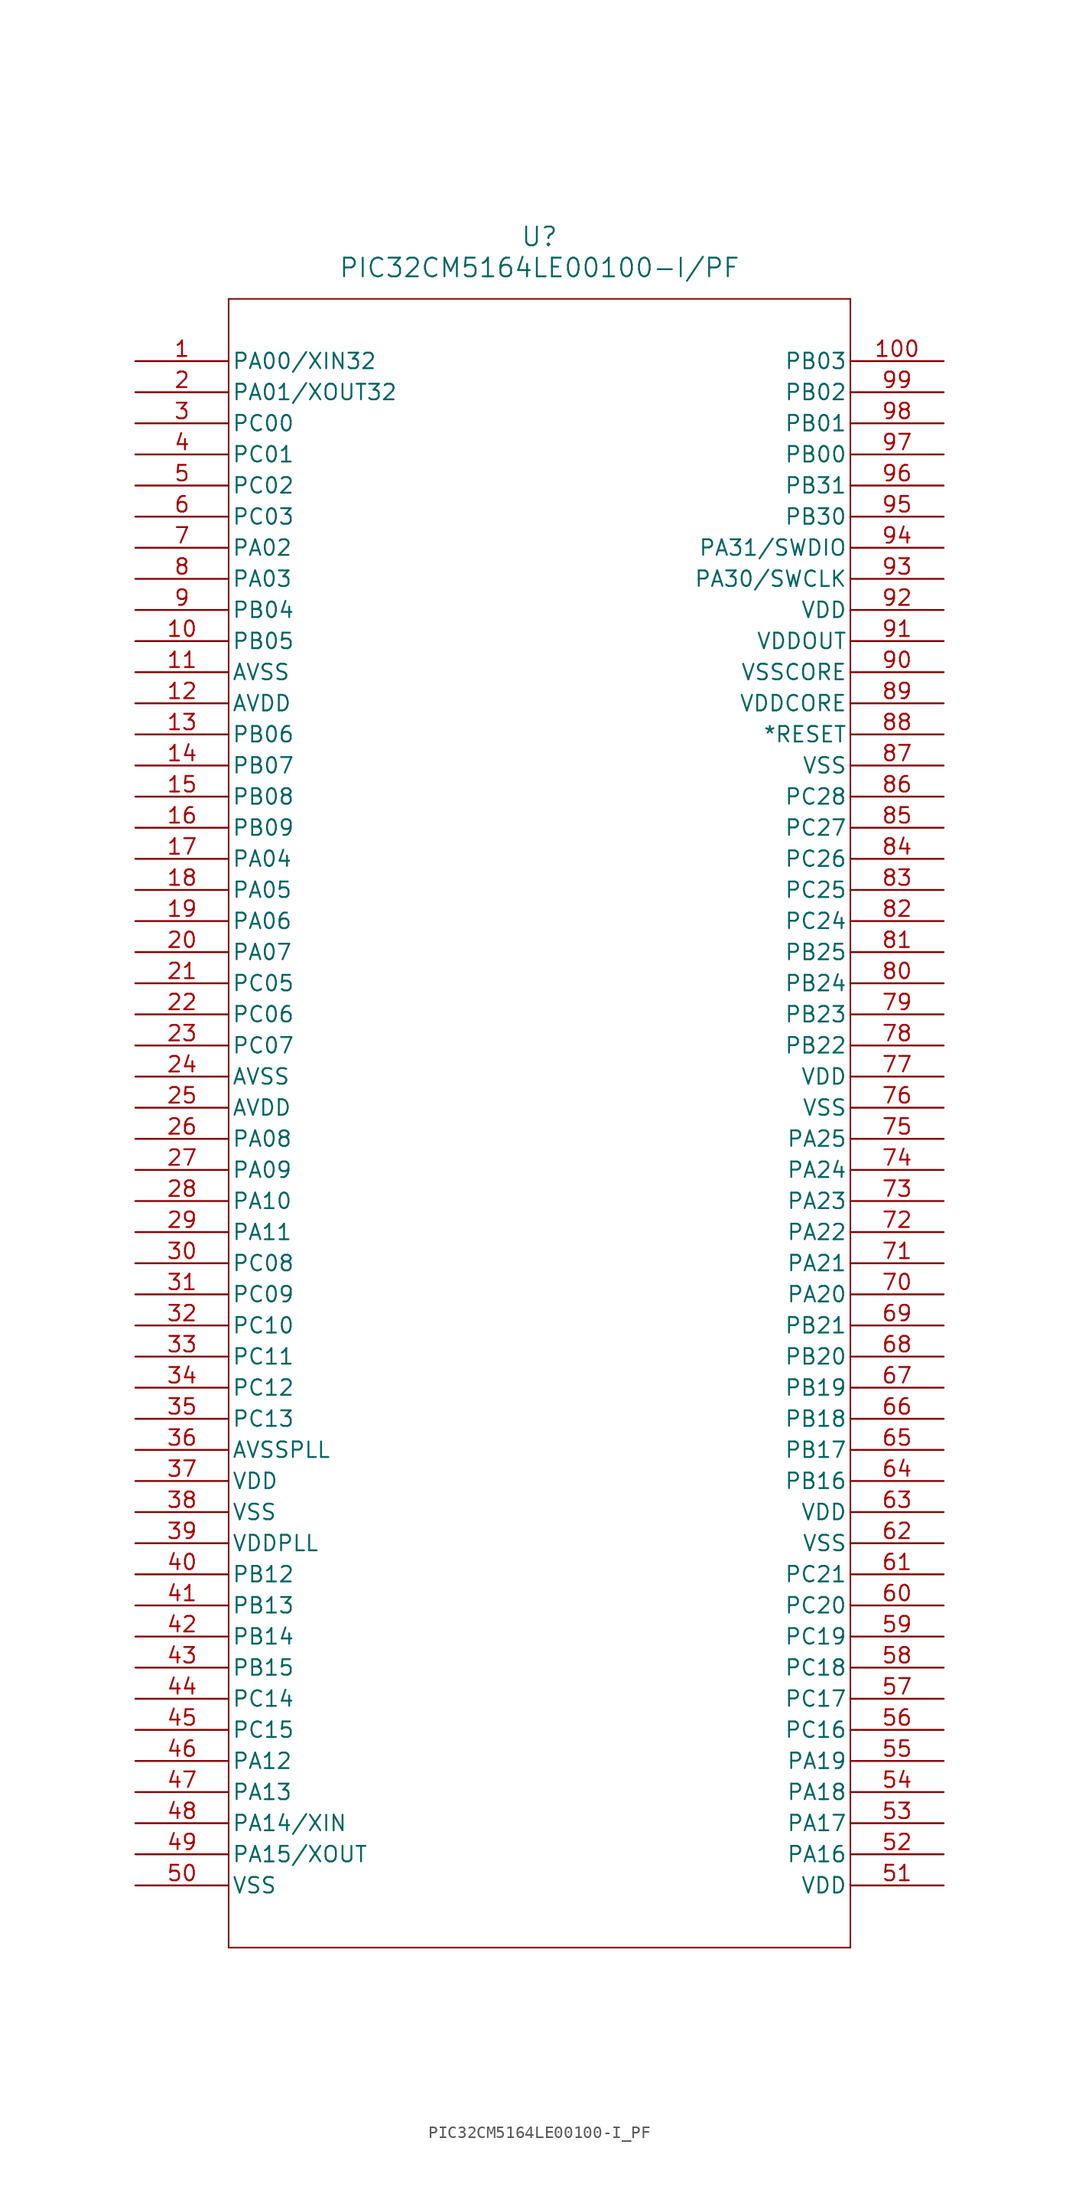
<source format=kicad_sym>
(kicad_symbol_lib
  (version 20211014)
  (generator kicad_symbol_editor)
  (symbol "PIC32CM5164LE00100-I_PF"
    (pin_names
      (offset 0.254))
    (property "Reference" "U"
      (at 33.02 10.16 0)
      (effects (font (size 1.524 1.524))))
    (property "Value" "PIC32CM5164LE00100-I/PF"
      (at 33.02 7.62 0)
      (effects (font (size 1.524 1.524))))
    (symbol "PIC32CM5164LE00100-I_PF_0_1"
      (polyline (pts (xy 7.62 5.08) (xy 7.62 -129.54)) (stroke (width 0.127) (type default) (color 0 0 0 0)) (fill (type none)))
      (polyline (pts (xy 7.62 -129.54) (xy 58.42 -129.54)) (stroke (width 0.127) (type default) (color 0 0 0 0)) (fill (type none)))
      (polyline (pts (xy 58.42 -129.54) (xy 58.42 5.08)) (stroke (width 0.127) (type default) (color 0 0 0 0)) (fill (type none)))
      (polyline (pts (xy 58.42 5.08) (xy 7.62 5.08)) (stroke (width 0.127) (type default) (color 0 0 0 0)) (fill (type none)))
      (pin bidirectional line (at 0 0 0) (length 7.62) (name "PA00/XIN32" (effects (font (size 1.27 1.27)))) (number "1" (effects (font (size 1.27 1.27)))))
      (pin bidirectional line (at 0 -2.54 0) (length 7.62) (name "PA01/XOUT32" (effects (font (size 1.27 1.27)))) (number "2" (effects (font (size 1.27 1.27)))))
      (pin bidirectional line (at 0 -5.08 0) (length 7.62) (name "PC00" (effects (font (size 1.27 1.27)))) (number "3" (effects (font (size 1.27 1.27)))))
      (pin bidirectional line (at 0 -7.62 0) (length 7.62) (name "PC01" (effects (font (size 1.27 1.27)))) (number "4" (effects (font (size 1.27 1.27)))))
      (pin bidirectional line (at 0 -10.16 0) (length 7.62) (name "PC02" (effects (font (size 1.27 1.27)))) (number "5" (effects (font (size 1.27 1.27)))))
      (pin bidirectional line (at 0 -12.7 0) (length 7.62) (name "PC03" (effects (font (size 1.27 1.27)))) (number "6" (effects (font (size 1.27 1.27)))))
      (pin bidirectional line (at 0 -15.24 0) (length 7.62) (name "PA02" (effects (font (size 1.27 1.27)))) (number "7" (effects (font (size 1.27 1.27)))))
      (pin bidirectional line (at 0 -17.78 0) (length 7.62) (name "PA03" (effects (font (size 1.27 1.27)))) (number "8" (effects (font (size 1.27 1.27)))))
      (pin bidirectional line (at 0 -20.32 0) (length 7.62) (name "PB04" (effects (font (size 1.27 1.27)))) (number "9" (effects (font (size 1.27 1.27)))))
      (pin bidirectional line (at 0 -22.86 0) (length 7.62) (name "PB05" (effects (font (size 1.27 1.27)))) (number "10" (effects (font (size 1.27 1.27)))))
      (pin power_out line (at 0 -25.4 0) (length 7.62) (name "AVSS" (effects (font (size 1.27 1.27)))) (number "11" (effects (font (size 1.27 1.27)))))
      (pin power_in line (at 0 -27.94 0) (length 7.62) (name "AVDD" (effects (font (size 1.27 1.27)))) (number "12" (effects (font (size 1.27 1.27)))))
      (pin bidirectional line (at 0 -30.48 0) (length 7.62) (name "PB06" (effects (font (size 1.27 1.27)))) (number "13" (effects (font (size 1.27 1.27)))))
      (pin bidirectional line (at 0 -33.02 0) (length 7.62) (name "PB07" (effects (font (size 1.27 1.27)))) (number "14" (effects (font (size 1.27 1.27)))))
      (pin bidirectional line (at 0 -35.56 0) (length 7.62) (name "PB08" (effects (font (size 1.27 1.27)))) (number "15" (effects (font (size 1.27 1.27)))))
      (pin bidirectional line (at 0 -38.1 0) (length 7.62) (name "PB09" (effects (font (size 1.27 1.27)))) (number "16" (effects (font (size 1.27 1.27)))))
      (pin bidirectional line (at 0 -40.64 0) (length 7.62) (name "PA04" (effects (font (size 1.27 1.27)))) (number "17" (effects (font (size 1.27 1.27)))))
      (pin bidirectional line (at 0 -43.18 0) (length 7.62) (name "PA05" (effects (font (size 1.27 1.27)))) (number "18" (effects (font (size 1.27 1.27)))))
      (pin bidirectional line (at 0 -45.72 0) (length 7.62) (name "PA06" (effects (font (size 1.27 1.27)))) (number "19" (effects (font (size 1.27 1.27)))))
      (pin bidirectional line (at 0 -48.26 0) (length 7.62) (name "PA07" (effects (font (size 1.27 1.27)))) (number "20" (effects (font (size 1.27 1.27)))))
      (pin bidirectional line (at 0 -50.8 0) (length 7.62) (name "PC05" (effects (font (size 1.27 1.27)))) (number "21" (effects (font (size 1.27 1.27)))))
      (pin bidirectional line (at 0 -53.34 0) (length 7.62) (name "PC06" (effects (font (size 1.27 1.27)))) (number "22" (effects (font (size 1.27 1.27)))))
      (pin bidirectional line (at 0 -55.88 0) (length 7.62) (name "PC07" (effects (font (size 1.27 1.27)))) (number "23" (effects (font (size 1.27 1.27)))))
      (pin power_out line (at 0 -58.42 0) (length 7.62) (name "AVSS" (effects (font (size 1.27 1.27)))) (number "24" (effects (font (size 1.27 1.27)))))
      (pin power_in line (at 0 -60.96 0) (length 7.62) (name "AVDD" (effects (font (size 1.27 1.27)))) (number "25" (effects (font (size 1.27 1.27)))))
      (pin bidirectional line (at 0 -63.5 0) (length 7.62) (name "PA08" (effects (font (size 1.27 1.27)))) (number "26" (effects (font (size 1.27 1.27)))))
      (pin bidirectional line (at 0 -66.04 0) (length 7.62) (name "PA09" (effects (font (size 1.27 1.27)))) (number "27" (effects (font (size 1.27 1.27)))))
      (pin bidirectional line (at 0 -68.58 0) (length 7.62) (name "PA10" (effects (font (size 1.27 1.27)))) (number "28" (effects (font (size 1.27 1.27)))))
      (pin bidirectional line (at 0 -71.12 0) (length 7.62) (name "PA11" (effects (font (size 1.27 1.27)))) (number "29" (effects (font (size 1.27 1.27)))))
      (pin bidirectional line (at 0 -73.66 0) (length 7.62) (name "PC08" (effects (font (size 1.27 1.27)))) (number "30" (effects (font (size 1.27 1.27)))))
      (pin bidirectional line (at 0 -76.2 0) (length 7.62) (name "PC09" (effects (font (size 1.27 1.27)))) (number "31" (effects (font (size 1.27 1.27)))))
      (pin bidirectional line (at 0 -78.74 0) (length 7.62) (name "PC10" (effects (font (size 1.27 1.27)))) (number "32" (effects (font (size 1.27 1.27)))))
      (pin bidirectional line (at 0 -81.28 0) (length 7.62) (name "PC11" (effects (font (size 1.27 1.27)))) (number "33" (effects (font (size 1.27 1.27)))))
      (pin bidirectional line (at 0 -83.82 0) (length 7.62) (name "PC12" (effects (font (size 1.27 1.27)))) (number "34" (effects (font (size 1.27 1.27)))))
      (pin bidirectional line (at 0 -86.36 0) (length 7.62) (name "PC13" (effects (font (size 1.27 1.27)))) (number "35" (effects (font (size 1.27 1.27)))))
      (pin power_out line (at 0 -88.9 0) (length 7.62) (name "AVSSPLL" (effects (font (size 1.27 1.27)))) (number "36" (effects (font (size 1.27 1.27)))))
      (pin power_in line (at 0 -91.44 0) (length 7.62) (name "VDD" (effects (font (size 1.27 1.27)))) (number "37" (effects (font (size 1.27 1.27)))))
      (pin power_out line (at 0 -93.98 0) (length 7.62) (name "VSS" (effects (font (size 1.27 1.27)))) (number "38" (effects (font (size 1.27 1.27)))))
      (pin power_in line (at 0 -96.52 0) (length 7.62) (name "VDDPLL" (effects (font (size 1.27 1.27)))) (number "39" (effects (font (size 1.27 1.27)))))
      (pin bidirectional line (at 0 -99.06 0) (length 7.62) (name "PB12" (effects (font (size 1.27 1.27)))) (number "40" (effects (font (size 1.27 1.27)))))
      (pin bidirectional line (at 0 -101.6 0) (length 7.62) (name "PB13" (effects (font (size 1.27 1.27)))) (number "41" (effects (font (size 1.27 1.27)))))
      (pin bidirectional line (at 0 -104.14 0) (length 7.62) (name "PB14" (effects (font (size 1.27 1.27)))) (number "42" (effects (font (size 1.27 1.27)))))
      (pin bidirectional line (at 0 -106.68 0) (length 7.62) (name "PB15" (effects (font (size 1.27 1.27)))) (number "43" (effects (font (size 1.27 1.27)))))
      (pin bidirectional line (at 0 -109.22 0) (length 7.62) (name "PC14" (effects (font (size 1.27 1.27)))) (number "44" (effects (font (size 1.27 1.27)))))
      (pin bidirectional line (at 0 -111.76 0) (length 7.62) (name "PC15" (effects (font (size 1.27 1.27)))) (number "45" (effects (font (size 1.27 1.27)))))
      (pin bidirectional line (at 0 -114.3 0) (length 7.62) (name "PA12" (effects (font (size 1.27 1.27)))) (number "46" (effects (font (size 1.27 1.27)))))
      (pin bidirectional line (at 0 -116.84 0) (length 7.62) (name "PA13" (effects (font (size 1.27 1.27)))) (number "47" (effects (font (size 1.27 1.27)))))
      (pin bidirectional line (at 0 -119.38 0) (length 7.62) (name "PA14/XIN" (effects (font (size 1.27 1.27)))) (number "48" (effects (font (size 1.27 1.27)))))
      (pin bidirectional line (at 0 -121.92 0) (length 7.62) (name "PA15/XOUT" (effects (font (size 1.27 1.27)))) (number "49" (effects (font (size 1.27 1.27)))))
      (pin power_out line (at 0 -124.46 0) (length 7.62) (name "VSS" (effects (font (size 1.27 1.27)))) (number "50" (effects (font (size 1.27 1.27)))))
      (pin power_in line (at 66.04 -124.46 180) (length 7.62) (name "VDD" (effects (font (size 1.27 1.27)))) (number "51" (effects (font (size 1.27 1.27)))))
      (pin bidirectional line (at 66.04 -121.92 180) (length 7.62) (name "PA16" (effects (font (size 1.27 1.27)))) (number "52" (effects (font (size 1.27 1.27)))))
      (pin bidirectional line (at 66.04 -119.38 180) (length 7.62) (name "PA17" (effects (font (size 1.27 1.27)))) (number "53" (effects (font (size 1.27 1.27)))))
      (pin bidirectional line (at 66.04 -116.84 180) (length 7.62) (name "PA18" (effects (font (size 1.27 1.27)))) (number "54" (effects (font (size 1.27 1.27)))))
      (pin bidirectional line (at 66.04 -114.3 180) (length 7.62) (name "PA19" (effects (font (size 1.27 1.27)))) (number "55" (effects (font (size 1.27 1.27)))))
      (pin bidirectional line (at 66.04 -111.76 180) (length 7.62) (name "PC16" (effects (font (size 1.27 1.27)))) (number "56" (effects (font (size 1.27 1.27)))))
      (pin bidirectional line (at 66.04 -109.22 180) (length 7.62) (name "PC17" (effects (font (size 1.27 1.27)))) (number "57" (effects (font (size 1.27 1.27)))))
      (pin bidirectional line (at 66.04 -106.68 180) (length 7.62) (name "PC18" (effects (font (size 1.27 1.27)))) (number "58" (effects (font (size 1.27 1.27)))))
      (pin bidirectional line (at 66.04 -104.14 180) (length 7.62) (name "PC19" (effects (font (size 1.27 1.27)))) (number "59" (effects (font (size 1.27 1.27)))))
      (pin bidirectional line (at 66.04 -101.6 180) (length 7.62) (name "PC20" (effects (font (size 1.27 1.27)))) (number "60" (effects (font (size 1.27 1.27)))))
      (pin bidirectional line (at 66.04 -99.06 180) (length 7.62) (name "PC21" (effects (font (size 1.27 1.27)))) (number "61" (effects (font (size 1.27 1.27)))))
      (pin power_out line (at 66.04 -96.52 180) (length 7.62) (name "VSS" (effects (font (size 1.27 1.27)))) (number "62" (effects (font (size 1.27 1.27)))))
      (pin power_in line (at 66.04 -93.98 180) (length 7.62) (name "VDD" (effects (font (size 1.27 1.27)))) (number "63" (effects (font (size 1.27 1.27)))))
      (pin bidirectional line (at 66.04 -91.44 180) (length 7.62) (name "PB16" (effects (font (size 1.27 1.27)))) (number "64" (effects (font (size 1.27 1.27)))))
      (pin bidirectional line (at 66.04 -88.9 180) (length 7.62) (name "PB17" (effects (font (size 1.27 1.27)))) (number "65" (effects (font (size 1.27 1.27)))))
      (pin bidirectional line (at 66.04 -86.36 180) (length 7.62) (name "PB18" (effects (font (size 1.27 1.27)))) (number "66" (effects (font (size 1.27 1.27)))))
      (pin bidirectional line (at 66.04 -83.82 180) (length 7.62) (name "PB19" (effects (font (size 1.27 1.27)))) (number "67" (effects (font (size 1.27 1.27)))))
      (pin bidirectional line (at 66.04 -81.28 180) (length 7.62) (name "PB20" (effects (font (size 1.27 1.27)))) (number "68" (effects (font (size 1.27 1.27)))))
      (pin bidirectional line (at 66.04 -78.74 180) (length 7.62) (name "PB21" (effects (font (size 1.27 1.27)))) (number "69" (effects (font (size 1.27 1.27)))))
      (pin bidirectional line (at 66.04 -76.2 180) (length 7.62) (name "PA20" (effects (font (size 1.27 1.27)))) (number "70" (effects (font (size 1.27 1.27)))))
      (pin bidirectional line (at 66.04 -73.66 180) (length 7.62) (name "PA21" (effects (font (size 1.27 1.27)))) (number "71" (effects (font (size 1.27 1.27)))))
      (pin bidirectional line (at 66.04 -71.12 180) (length 7.62) (name "PA22" (effects (font (size 1.27 1.27)))) (number "72" (effects (font (size 1.27 1.27)))))
      (pin bidirectional line (at 66.04 -68.58 180) (length 7.62) (name "PA23" (effects (font (size 1.27 1.27)))) (number "73" (effects (font (size 1.27 1.27)))))
      (pin bidirectional line (at 66.04 -66.04 180) (length 7.62) (name "PA24" (effects (font (size 1.27 1.27)))) (number "74" (effects (font (size 1.27 1.27)))))
      (pin bidirectional line (at 66.04 -63.5 180) (length 7.62) (name "PA25" (effects (font (size 1.27 1.27)))) (number "75" (effects (font (size 1.27 1.27)))))
      (pin power_out line (at 66.04 -60.96 180) (length 7.62) (name "VSS" (effects (font (size 1.27 1.27)))) (number "76" (effects (font (size 1.27 1.27)))))
      (pin power_in line (at 66.04 -58.42 180) (length 7.62) (name "VDD" (effects (font (size 1.27 1.27)))) (number "77" (effects (font (size 1.27 1.27)))))
      (pin bidirectional line (at 66.04 -55.88 180) (length 7.62) (name "PB22" (effects (font (size 1.27 1.27)))) (number "78" (effects (font (size 1.27 1.27)))))
      (pin bidirectional line (at 66.04 -53.34 180) (length 7.62) (name "PB23" (effects (font (size 1.27 1.27)))) (number "79" (effects (font (size 1.27 1.27)))))
      (pin bidirectional line (at 66.04 -50.8 180) (length 7.62) (name "PB24" (effects (font (size 1.27 1.27)))) (number "80" (effects (font (size 1.27 1.27)))))
      (pin bidirectional line (at 66.04 -48.26 180) (length 7.62) (name "PB25" (effects (font (size 1.27 1.27)))) (number "81" (effects (font (size 1.27 1.27)))))
      (pin bidirectional line (at 66.04 -45.72 180) (length 7.62) (name "PC24" (effects (font (size 1.27 1.27)))) (number "82" (effects (font (size 1.27 1.27)))))
      (pin bidirectional line (at 66.04 -43.18 180) (length 7.62) (name "PC25" (effects (font (size 1.27 1.27)))) (number "83" (effects (font (size 1.27 1.27)))))
      (pin bidirectional line (at 66.04 -40.64 180) (length 7.62) (name "PC26" (effects (font (size 1.27 1.27)))) (number "84" (effects (font (size 1.27 1.27)))))
      (pin bidirectional line (at 66.04 -38.1 180) (length 7.62) (name "PC27" (effects (font (size 1.27 1.27)))) (number "85" (effects (font (size 1.27 1.27)))))
      (pin bidirectional line (at 66.04 -35.56 180) (length 7.62) (name "PC28" (effects (font (size 1.27 1.27)))) (number "86" (effects (font (size 1.27 1.27)))))
      (pin power_out line (at 66.04 -33.02 180) (length 7.62) (name "VSS" (effects (font (size 1.27 1.27)))) (number "87" (effects (font (size 1.27 1.27)))))
      (pin input line (at 66.04 -30.48 180) (length 7.62) (name "*RESET" (effects (font (size 1.27 1.27)))) (number "88" (effects (font (size 1.27 1.27)))))
      (pin power_in line (at 66.04 -27.94 180) (length 7.62) (name "VDDCORE" (effects (font (size 1.27 1.27)))) (number "89" (effects (font (size 1.27 1.27)))))
      (pin power_out line (at 66.04 -25.4 180) (length 7.62) (name "VSSCORE" (effects (font (size 1.27 1.27)))) (number "90" (effects (font (size 1.27 1.27)))))
      (pin output line (at 66.04 -22.86 180) (length 7.62) (name "VDDOUT" (effects (font (size 1.27 1.27)))) (number "91" (effects (font (size 1.27 1.27)))))
      (pin power_in line (at 66.04 -20.32 180) (length 7.62) (name "VDD" (effects (font (size 1.27 1.27)))) (number "92" (effects (font (size 1.27 1.27)))))
      (pin bidirectional line (at 66.04 -17.78 180) (length 7.62) (name "PA30/SWCLK" (effects (font (size 1.27 1.27)))) (number "93" (effects (font (size 1.27 1.27)))))
      (pin bidirectional line (at 66.04 -15.24 180) (length 7.62) (name "PA31/SWDIO" (effects (font (size 1.27 1.27)))) (number "94" (effects (font (size 1.27 1.27)))))
      (pin bidirectional line (at 66.04 -12.7 180) (length 7.62) (name "PB30" (effects (font (size 1.27 1.27)))) (number "95" (effects (font (size 1.27 1.27)))))
      (pin bidirectional line (at 66.04 -10.16 180) (length 7.62) (name "PB31" (effects (font (size 1.27 1.27)))) (number "96" (effects (font (size 1.27 1.27)))))
      (pin bidirectional line (at 66.04 -7.62 180) (length 7.62) (name "PB00" (effects (font (size 1.27 1.27)))) (number "97" (effects (font (size 1.27 1.27)))))
      (pin bidirectional line (at 66.04 -5.08 180) (length 7.62) (name "PB01" (effects (font (size 1.27 1.27)))) (number "98" (effects (font (size 1.27 1.27)))))
      (pin bidirectional line (at 66.04 -2.54 180) (length 7.62) (name "PB02" (effects (font (size 1.27 1.27)))) (number "99" (effects (font (size 1.27 1.27)))))
      (pin bidirectional line (at 66.04 0 180) (length 7.62) (name "PB03" (effects (font (size 1.27 1.27)))) (number "100" (effects (font (size 1.27 1.27))))))))
</source>
